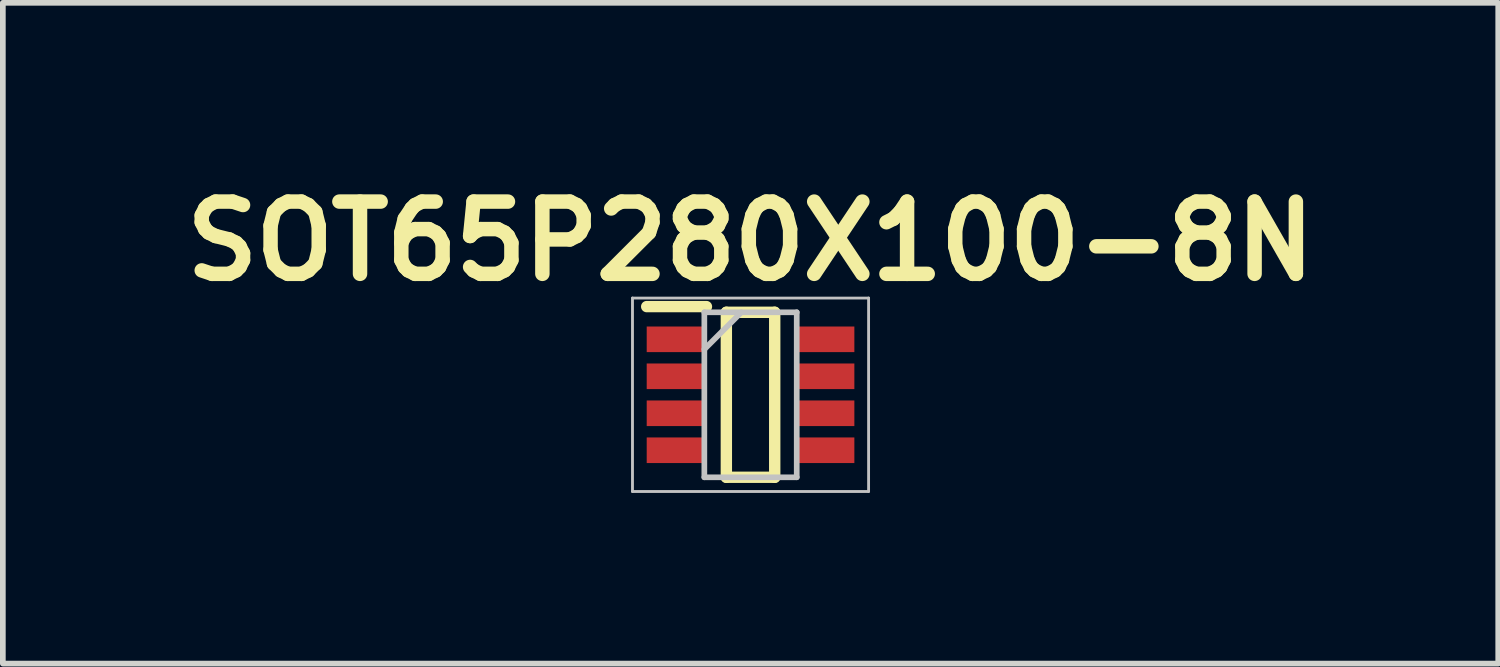
<source format=kicad_pcb>
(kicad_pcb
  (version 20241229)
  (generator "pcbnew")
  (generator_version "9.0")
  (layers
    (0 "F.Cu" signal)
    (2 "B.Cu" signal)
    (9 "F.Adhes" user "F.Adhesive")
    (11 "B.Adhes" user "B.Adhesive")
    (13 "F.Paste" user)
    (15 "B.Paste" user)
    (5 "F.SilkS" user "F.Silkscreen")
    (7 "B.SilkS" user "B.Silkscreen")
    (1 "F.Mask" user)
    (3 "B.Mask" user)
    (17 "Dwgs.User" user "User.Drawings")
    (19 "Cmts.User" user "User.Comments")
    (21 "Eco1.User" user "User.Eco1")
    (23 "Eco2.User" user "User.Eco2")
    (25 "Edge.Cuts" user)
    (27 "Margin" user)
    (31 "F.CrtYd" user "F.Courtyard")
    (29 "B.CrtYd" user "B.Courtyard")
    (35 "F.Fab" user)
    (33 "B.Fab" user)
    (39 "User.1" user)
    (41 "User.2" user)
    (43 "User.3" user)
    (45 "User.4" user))
  (footprint "SOT65P280X100-8N"
    (layer "F.Cu")
    (at 10.142 3.889)
    (property "Reference" "SOT65P280X100-8N" (at 0 -2.7 0) (layer "F.SilkS") (effects (font (size 1.27 1.27) (thickness 0.254))))
    (attr smd)
    (fp_line (start -1.825 -1.55) (end -0.775 -1.55) (stroke (width 0.2) (type solid)) (layer "F.SilkS"))
    (fp_line (start -0.425 -1.45) (end 0.425 -1.45) (stroke (width 0.2) (type solid)) (layer "F.SilkS"))
    (fp_line (start -0.425 1.45) (end -0.425 -1.45) (stroke (width 0.2) (type solid)) (layer "F.SilkS"))
    (fp_line (start 0.425 -1.45) (end 0.425 1.45) (stroke (width 0.2) (type solid)) (layer "F.SilkS"))
    (fp_line (start 0.425 1.45) (end -0.425 1.45) (stroke (width 0.2) (type solid)) (layer "F.SilkS"))
    (fp_line (start -2.075 -1.7) (end 2.075 -1.7) (stroke (width 0.05) (type solid)) (layer "Dwgs.User"))
    (fp_line (start -2.075 1.7) (end -2.075 -1.7) (stroke (width 0.05) (type solid)) (layer "Dwgs.User"))
    (fp_line (start -0.812 -1.45) (end 0.812 -1.45) (stroke (width 0.1) (type solid)) (layer "Dwgs.User"))
    (fp_line (start -0.812 -0.8) (end -0.162 -1.45) (stroke (width 0.1) (type solid)) (layer "Dwgs.User"))
    (fp_line (start -0.812 1.45) (end -0.812 -1.45) (stroke (width 0.1) (type solid)) (layer "Dwgs.User"))
    (fp_line (start 0.812 -1.45) (end 0.812 1.45) (stroke (width 0.1) (type solid)) (layer "Dwgs.User"))
    (fp_line (start 0.812 1.45) (end -0.812 1.45) (stroke (width 0.1) (type solid)) (layer "Dwgs.User"))
    (fp_line (start 2.075 -1.7) (end 2.075 1.7) (stroke (width 0.05) (type solid)) (layer "Dwgs.User"))
    (fp_line (start 2.075 1.7) (end -2.075 1.7) (stroke (width 0.05) (type solid)) (layer "Dwgs.User"))
    (pad "1" smd rect (at -1.3 -0.975 90) (size 0.45 1.05) (layers "F.Cu" "F.Mask" "F.Paste"))
    (pad "2" smd rect (at -1.3 -0.325 90) (size 0.45 1.05) (layers "F.Cu" "F.Mask" "F.Paste"))
    (pad "3" smd rect (at -1.3 0.325 90) (size 0.45 1.05) (layers "F.Cu" "F.Mask" "F.Paste"))
    (pad "4" smd rect (at -1.3 0.975 90) (size 0.45 1.05) (layers "F.Cu" "F.Mask" "F.Paste"))
    (pad "5" smd rect (at 1.3 0.975 90) (size 0.45 1.05) (layers "F.Cu" "F.Mask" "F.Paste"))
    (pad "6" smd rect (at 1.3 0.325 90) (size 0.45 1.05) (layers "F.Cu" "F.Mask" "F.Paste"))
    (pad "7" smd rect (at 1.3 -0.325 90) (size 0.45 1.05) (layers "F.Cu" "F.Mask" "F.Paste"))
    (pad "8" smd rect (at 1.3 -0.975 90) (size 0.45 1.05) (layers "F.Cu" "F.Mask" "F.Paste")))
  (gr_rect
    (start -3 -3)
    (end 23.284 8.614)
    (stroke (width 0.1) (type default))
    (fill no)
    (layer "Edge.Cuts")))
</source>
